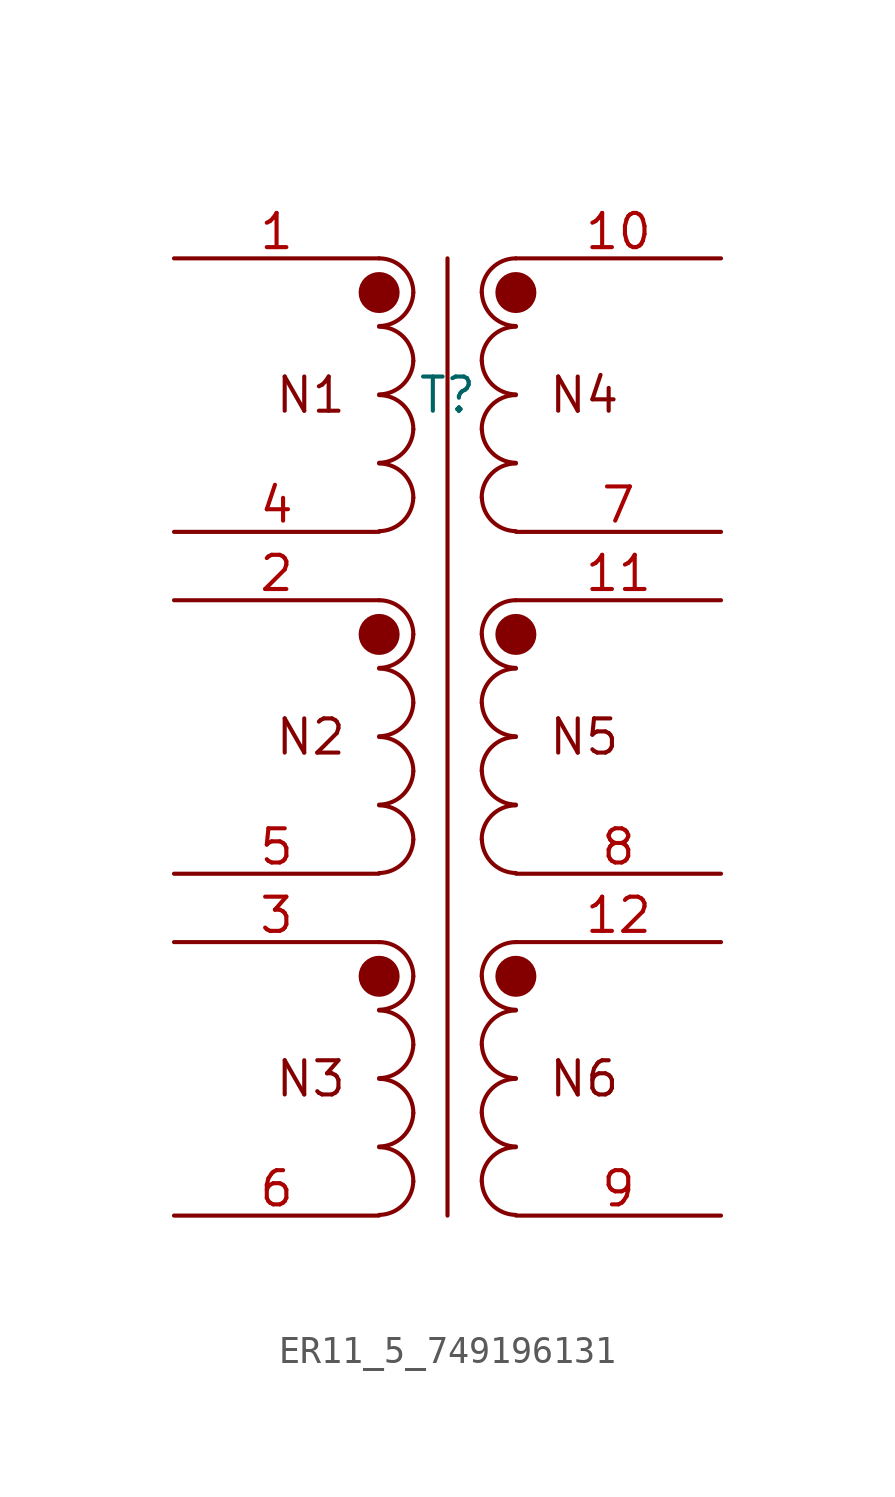
<source format=kicad_sym>
(kicad_symbol_lib
  (version 20220914)
  (generator kicad_symbol_editor)
  (symbol "ER11_5_749196131"
    (pin_names hide)
    (property "Reference" "T"
      (at 0 12.7 0)
      (effects (font (size 1.27 1.27))))
    (property "Critical Parameter" ""
      (at 0 -5.08 0)
      (effects (font (size 1.27 1.27)) (justify left)))
    (symbol "ER11_5_749196131_0_1"
      (arc (start -2.54 -17.7546) (mid -1.6561 -17.3863) (end -1.27 -16.51) (stroke (width 0) (type default)) (fill (type none)))
      (arc (start -2.54 -15.2146) (mid -1.6561 -14.8463) (end -1.27 -13.97) (stroke (width 0) (type default)) (fill (type none)))
      (arc (start -2.54 -12.6746) (mid -1.6561 -12.3063) (end -1.27 -11.43) (stroke (width 0) (type default)) (fill (type none)))
      (arc (start -2.54 -10.1346) (mid -1.6561 -9.7663) (end -1.27 -8.89) (stroke (width 0) (type default)) (fill (type none)))
      (arc (start -2.54 -5.0546) (mid -1.6561 -4.6863) (end -1.27 -3.81) (stroke (width 0) (type default)) (fill (type none)))
      (arc (start -2.54 -2.5146) (mid -1.6561 -2.1463) (end -1.27 -1.27) (stroke (width 0) (type default)) (fill (type none)))
      (arc (start -2.54 0.0254) (mid -1.6561 0.3937) (end -1.27 1.27) (stroke (width 0) (type default)) (fill (type none)))
      (arc (start -2.54 2.5654) (mid -1.6561 2.9337) (end -1.27 3.81) (stroke (width 0) (type default)) (fill (type none)))
      (arc (start -2.54 7.6454) (mid -1.6561 8.0137) (end -1.27 8.89) (stroke (width 0) (type default)) (fill (type none)))
      (arc (start -2.54 10.1854) (mid -1.6561 10.5537) (end -1.27 11.43) (stroke (width 0) (type default)) (fill (type none)))
      (arc (start -2.54 12.7254) (mid -1.6561 13.0937) (end -1.27 13.97) (stroke (width 0) (type default)) (fill (type none)))
      (arc (start -2.54 15.2654) (mid -1.6561 15.6337) (end -1.27 16.51) (stroke (width 0) (type default)) (fill (type none)))
      (arc (start -1.27 -16.51) (mid -1.642 -15.612) (end -2.54 -15.24) (stroke (width 0) (type default)) (fill (type none)))
      (arc (start -1.27 -13.97) (mid -1.642 -13.072) (end -2.54 -12.7) (stroke (width 0) (type default)) (fill (type none)))
      (arc (start -1.27 -11.43) (mid -1.642 -10.532) (end -2.54 -10.16) (stroke (width 0) (type default)) (fill (type none)))
      (arc (start -1.27 -8.89) (mid -1.642 -7.992) (end -2.54 -7.62) (stroke (width 0) (type default)) (fill (type none)))
      (arc (start -1.27 -3.81) (mid -1.642 -2.912) (end -2.54 -2.54) (stroke (width 0) (type default)) (fill (type none)))
      (arc (start -1.27 -1.27) (mid -1.642 -0.372) (end -2.54 0) (stroke (width 0) (type default)) (fill (type none)))
      (arc (start -1.27 1.27) (mid -1.642 2.168) (end -2.54 2.54) (stroke (width 0) (type default)) (fill (type none)))
      (arc (start -1.27 3.81) (mid -1.642 4.708) (end -2.54 5.08) (stroke (width 0) (type default)) (fill (type none)))
      (arc (start -1.27 8.89) (mid -1.642 9.788) (end -2.54 10.16) (stroke (width 0) (type default)) (fill (type none)))
      (arc (start -1.27 11.43) (mid -1.642 12.328) (end -2.54 12.7) (stroke (width 0) (type default)) (fill (type none)))
      (arc (start -1.27 13.97) (mid -1.642 14.868) (end -2.54 15.24) (stroke (width 0) (type default)) (fill (type none)))
      (arc (start -1.27 16.51) (mid -1.642 17.408) (end -2.54 17.78) (stroke (width 0) (type default)) (fill (type none)))
      (polyline (pts (xy 0 -17.78) (xy 0 17.78)) (stroke (width 0) (type default)) (fill (type none)))
      (arc (start 1.27 -16.51) (mid 1.6561 -17.3863) (end 2.54 -17.7546) (stroke (width 0) (type default)) (fill (type none)))
      (arc (start 1.27 -13.97) (mid 1.6561 -14.8463) (end 2.54 -15.2146) (stroke (width 0) (type default)) (fill (type none)))
      (arc (start 1.27 -11.43) (mid 1.6561 -12.3063) (end 2.54 -12.6746) (stroke (width 0) (type default)) (fill (type none)))
      (arc (start 1.27 -8.89) (mid 1.6561 -9.7663) (end 2.54 -10.1346) (stroke (width 0) (type default)) (fill (type none)))
      (arc (start 1.27 -3.81) (mid 1.6561 -4.6863) (end 2.54 -5.0546) (stroke (width 0) (type default)) (fill (type none)))
      (arc (start 1.27 -1.27) (mid 1.6561 -2.1463) (end 2.54 -2.5146) (stroke (width 0) (type default)) (fill (type none)))
      (arc (start 1.27 1.27) (mid 1.6561 0.3937) (end 2.54 0.0254) (stroke (width 0) (type default)) (fill (type none)))
      (arc (start 1.27 3.81) (mid 1.6561 2.9337) (end 2.54 2.5654) (stroke (width 0) (type default)) (fill (type none)))
      (arc (start 1.27 8.89) (mid 1.6561 8.0137) (end 2.54 7.6454) (stroke (width 0) (type default)) (fill (type none)))
      (arc (start 1.27 11.43) (mid 1.6561 10.5537) (end 2.54 10.1854) (stroke (width 0) (type default)) (fill (type none)))
      (arc (start 1.27 13.97) (mid 1.6561 13.0937) (end 2.54 12.7254) (stroke (width 0) (type default)) (fill (type none)))
      (arc (start 1.27 16.51) (mid 1.6561 15.6337) (end 2.54 15.2654) (stroke (width 0) (type default)) (fill (type none)))
      (arc (start 2.54 -15.24) (mid 1.642 -15.612) (end 1.27 -16.51) (stroke (width 0) (type default)) (fill (type none)))
      (arc (start 2.54 -12.7) (mid 1.642 -13.072) (end 1.27 -13.97) (stroke (width 0) (type default)) (fill (type none)))
      (arc (start 2.54 -10.16) (mid 1.642 -10.532) (end 1.27 -11.43) (stroke (width 0) (type default)) (fill (type none)))
      (arc (start 2.54 -7.62) (mid 1.642 -7.992) (end 1.27 -8.89) (stroke (width 0) (type default)) (fill (type none)))
      (arc (start 2.54 -2.54) (mid 1.642 -2.912) (end 1.27 -3.81) (stroke (width 0) (type default)) (fill (type none)))
      (arc (start 2.54 0) (mid 1.642 -0.372) (end 1.27 -1.27) (stroke (width 0) (type default)) (fill (type none)))
      (arc (start 2.54 2.54) (mid 1.642 2.168) (end 1.27 1.27) (stroke (width 0) (type default)) (fill (type none)))
      (arc (start 2.54 5.08) (mid 1.642 4.708) (end 1.27 3.81) (stroke (width 0) (type default)) (fill (type none)))
      (arc (start 2.54 10.16) (mid 1.642 9.788) (end 1.27 8.89) (stroke (width 0) (type default)) (fill (type none)))
      (arc (start 2.54 12.7) (mid 1.642 12.328) (end 1.27 11.43) (stroke (width 0) (type default)) (fill (type none)))
      (arc (start 2.54 15.24) (mid 1.642 14.868) (end 1.27 13.97) (stroke (width 0) (type default)) (fill (type none)))
      (arc (start 2.54 17.78) (mid 1.642 17.408) (end 1.27 16.51) (stroke (width 0) (type default)) (fill (type none))))
    (symbol "ER11_5_749196131_1_1"
      (circle (center -2.54 -8.89) (radius 0.0001) (stroke (width 0.762) (type default)) (fill (type none)))
      (circle (center -2.54 3.81) (radius 0.0001) (stroke (width 0.762) (type default)) (fill (type none)))
      (circle (center -2.54 16.51) (radius 0.0001) (stroke (width 0.762) (type default)) (fill (type none)))
      (circle (center 2.54 -8.89) (radius 0.0001) (stroke (width 0.762) (type default)) (fill (type none)))
      (circle (center 2.54 3.81) (radius 0.0001) (stroke (width 0.762) (type default)) (fill (type none)))
      (circle (center 2.54 16.51) (radius 0.0001) (stroke (width 0.762) (type default)) (fill (type none)))
      (text "N1" (at -5.08 12.7 0) (effects (font (size 1.27 1.27))))
      (text "N2" (at -5.08 0 0) (effects (font (size 1.27 1.27))))
      (text "N3" (at -5.08 -12.7 0) (effects (font (size 1.27 1.27))))
      (text "N4" (at 5.08 12.7 0) (effects (font (size 1.27 1.27))))
      (text "N5" (at 5.08 0 0) (effects (font (size 1.27 1.27))))
      (text "N6" (at 5.08 -12.7 0) (effects (font (size 1.27 1.27))))
      (pin passive line (at -10.16 17.78 0) (length 7.62) (name "1" (effects (font (size 1.27 1.27)))) (number "1" (effects (font (size 1.27 1.27)))))
      (pin passive line (at -10.16 7.62 0) (length 7.62) (name "4" (effects (font (size 1.27 1.27)))) (number "4" (effects (font (size 1.27 1.27)))))
      (pin passive line (at -10.16 5.08 0) (length 7.62) (name "2" (effects (font (size 1.27 1.27)))) (number "2" (effects (font (size 1.27 1.27)))))
      (pin passive line (at -10.16 -5.08 0) (length 7.62) (name "5" (effects (font (size 1.27 1.27)))) (number "5" (effects (font (size 1.27 1.27)))))
      (pin passive line (at -10.16 -7.62 0) (length 7.62) (name "3" (effects (font (size 1.27 1.27)))) (number "3" (effects (font (size 1.27 1.27)))))
      (pin passive line (at -10.16 -17.78 0) (length 7.62) (name "6" (effects (font (size 1.27 1.27)))) (number "6" (effects (font (size 1.27 1.27)))))
      (pin passive line (at 10.16 -17.78 180) (length 7.62) (name "9" (effects (font (size 1.27 1.27)))) (number "9" (effects (font (size 1.27 1.27)))))
      (pin passive line (at 10.16 -7.62 180) (length 7.62) (name "12" (effects (font (size 1.27 1.27)))) (number "12" (effects (font (size 1.27 1.27)))))
      (pin passive line (at 10.16 -5.08 180) (length 7.62) (name "8" (effects (font (size 1.27 1.27)))) (number "8" (effects (font (size 1.27 1.27)))))
      (pin passive line (at 10.16 5.08 180) (length 7.62) (name "11" (effects (font (size 1.27 1.27)))) (number "11" (effects (font (size 1.27 1.27)))))
      (pin passive line (at 10.16 7.62 180) (length 7.62) (name "7" (effects (font (size 1.27 1.27)))) (number "7" (effects (font (size 1.27 1.27)))))
      (pin passive line (at 10.16 17.78 180) (length 7.62) (name "10" (effects (font (size 1.27 1.27)))) (number "10" (effects (font (size 1.27 1.27))))))))
</source>
